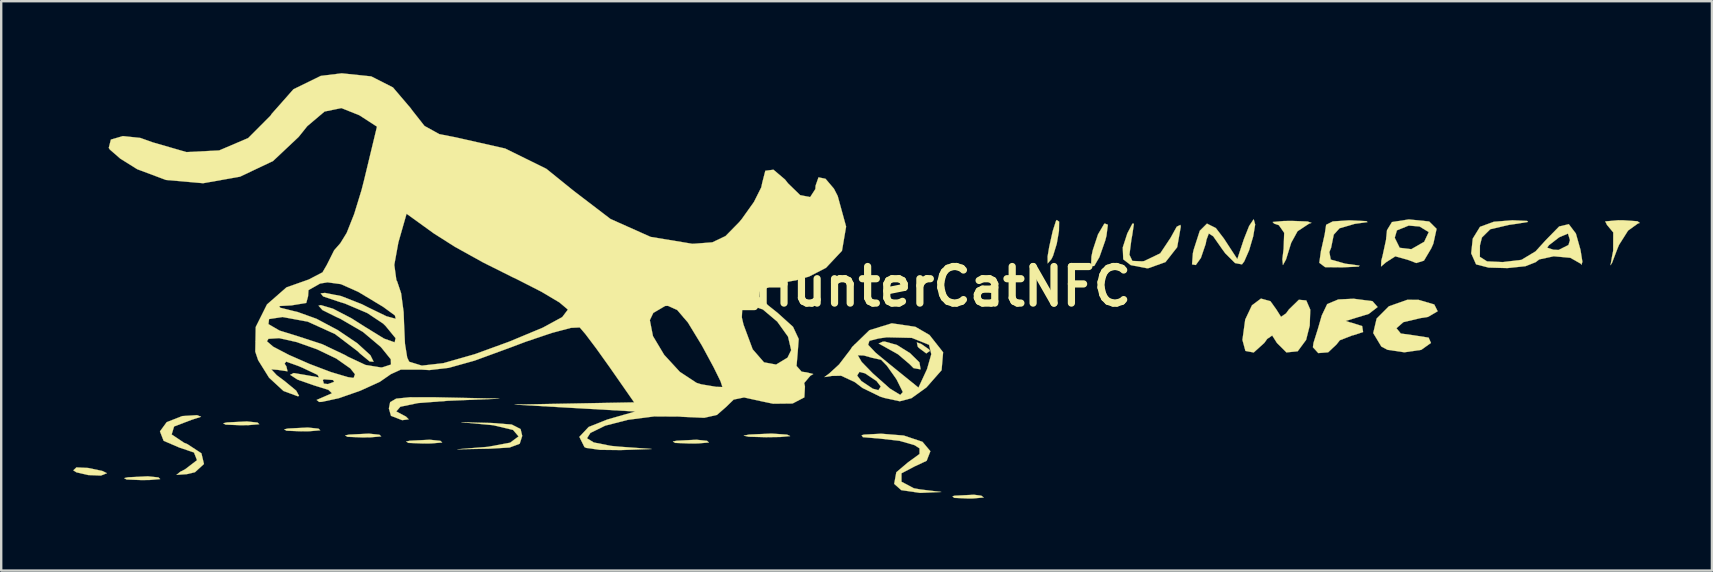
<source format=kicad_pcb>
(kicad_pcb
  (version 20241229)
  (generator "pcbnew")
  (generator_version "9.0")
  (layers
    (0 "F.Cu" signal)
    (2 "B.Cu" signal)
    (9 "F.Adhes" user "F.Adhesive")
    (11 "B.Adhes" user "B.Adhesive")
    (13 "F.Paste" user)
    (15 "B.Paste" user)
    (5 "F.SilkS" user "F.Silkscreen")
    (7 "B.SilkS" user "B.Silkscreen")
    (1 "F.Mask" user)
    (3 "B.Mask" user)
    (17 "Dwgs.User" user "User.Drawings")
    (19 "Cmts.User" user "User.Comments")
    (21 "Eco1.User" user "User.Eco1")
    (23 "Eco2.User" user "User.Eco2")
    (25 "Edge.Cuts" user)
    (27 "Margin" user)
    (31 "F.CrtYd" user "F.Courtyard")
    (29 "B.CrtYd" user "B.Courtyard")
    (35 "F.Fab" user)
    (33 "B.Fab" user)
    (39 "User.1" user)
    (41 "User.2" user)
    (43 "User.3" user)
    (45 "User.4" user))
  (footprint "ladoA_HunterCatNFC"
    (layer "F.Cu")
    (at 32.52 8.889)
    (property "Reference" "ladoA_HunterCatNFC" (at 0 0 0) (layer "F.SilkS") (effects (font (size 1.524 1.524) (thickness 0.3))))
    (attr through_hole)
    (fp_poly (pts (xy 2.808 2.389) (xy 3.147 2.625) (xy 3.175 2.682) (xy 3.024 2.786) (xy 2.711 2.552) (xy 2.668 2.501) (xy 2.631 2.327) (xy 2.808 2.389)) (stroke (width 0.01) (type solid)) (fill yes) (layer "F.SilkS"))
    (fp_poly (pts (xy -31.899 7.559) (xy -31.309 7.683) (xy -31.115 7.777) (xy -31.365 7.876) (xy -31.897 7.854) (xy -32.388 7.74) (xy -32.515 7.657) (xy -32.385 7.536) (xy -31.899 7.559)) (stroke (width 0.01) (type solid)) (fill yes) (layer "F.SilkS"))
    (fp_poly (pts (xy -28.968 7.953) (xy -28.894 8.022) (xy -29.35 8.061) (xy -29.686 8.064) (xy -30.301 8.039) (xy -30.394 7.982) (xy -30.238 7.948) (xy -29.411 7.907) (xy -28.968 7.953)) (stroke (width 0.01) (type solid)) (fill yes) (layer "F.SilkS"))
    (fp_poly (pts (xy -24.841 5.667) (xy -24.766 5.736) (xy -25.222 5.775) (xy -25.559 5.778) (xy -26.174 5.753) (xy -26.267 5.696) (xy -26.111 5.662) (xy -25.283 5.621) (xy -24.841 5.667)) (stroke (width 0.01) (type solid)) (fill yes) (layer "F.SilkS"))
    (fp_poly (pts (xy -22.301 5.921) (xy -22.226 5.99) (xy -22.682 6.029) (xy -23.019 6.032) (xy -23.634 6.007) (xy -23.727 5.95) (xy -23.571 5.916) (xy -22.743 5.875) (xy -22.301 5.921)) (stroke (width 0.01) (type solid)) (fill yes) (layer "F.SilkS"))
    (fp_poly (pts (xy -19.761 6.175) (xy -19.686 6.244) (xy -20.142 6.283) (xy -20.479 6.286) (xy -21.094 6.261) (xy -21.187 6.204) (xy -21.031 6.17) (xy -20.203 6.129) (xy -19.761 6.175)) (stroke (width 0.01) (type solid)) (fill yes) (layer "F.SilkS"))
    (fp_poly (pts (xy -17.221 6.429) (xy -17.146 6.498) (xy -17.602 6.537) (xy -17.939 6.54) (xy -18.554 6.515) (xy -18.647 6.458) (xy -18.491 6.424) (xy -17.663 6.383) (xy -17.221 6.429)) (stroke (width 0.01) (type solid)) (fill yes) (layer "F.SilkS"))
    (fp_poly (pts (xy -6.108 6.429) (xy -6.034 6.498) (xy -6.49 6.537) (xy -6.826 6.54) (xy -7.441 6.515) (xy -7.534 6.458) (xy -7.378 6.424) (xy -6.551 6.383) (xy -6.108 6.429)) (stroke (width 0.01) (type solid)) (fill yes) (layer "F.SilkS"))
    (fp_poly (pts (xy -2.774 6.171) (xy -2.646 6.231) (xy -3.062 6.269) (xy -3.651 6.277) (xy -4.372 6.258) (xy -4.582 6.213) (xy -4.361 6.168) (xy -3.422 6.126) (xy -2.774 6.171)) (stroke (width 0.01) (type solid)) (fill yes) (layer "F.SilkS"))
    (fp_poly (pts (xy 5.318 8.715) (xy 5.417 8.789) (xy 4.978 8.829) (xy 4.763 8.831) (xy 4.185 8.805) (xy 4.117 8.739) (xy 4.207 8.715) (xy 5.012 8.675) (xy 5.318 8.715)) (stroke (width 0.01) (type solid)) (fill yes) (layer "F.SilkS"))
    (fp_poly (pts (xy 8.559 -2.704) (xy 8.553 -2.315) (xy 8.461 -1.782) (xy 8.307 -1.283) (xy 8.24 -1.143) (xy 8.084 -0.963) (xy 8.079 -1.252) (xy 8.146 -1.651) (xy 8.294 -2.315) (xy 8.427 -2.727) (xy 8.456 -2.773) (xy 8.559 -2.704)) (stroke (width 0.01) (type solid)) (fill yes) (layer "F.SilkS"))
    (fp_poly (pts (xy 10.59 -2.575) (xy 10.532 -2.115) (xy 10.481 -1.916) (xy 10.239 -1.228) (xy 10.022 -0.857) (xy 9.891 -0.849) (xy 9.906 -1.25) (xy 9.962 -1.516) (xy 10.18 -2.174) (xy 10.433 -2.604) (xy 10.459 -2.627) (xy 10.59 -2.575)) (stroke (width 0.01) (type solid)) (fill yes) (layer "F.SilkS"))
    (fp_poly (pts (xy 1.803 2.436) (xy 2.347 2.775) (xy 2.739 3.161) (xy 2.787 3.442) (xy 2.779 3.45) (xy 2.493 3.398) (xy 2.331 3.235) (xy 1.844 2.821) (xy 1.429 2.589) (xy 1.04 2.372) (xy 1.213 2.296) (xy 1.3 2.294) (xy 1.803 2.436)) (stroke (width 0.01) (type solid)) (fill yes) (layer "F.SilkS"))
    (fp_poly (pts (xy -17.434 4.614) (xy -17.066 4.622) (xy -14.764 4.671) (xy -16.907 4.76) (xy -18.159 4.856) (xy -18.889 5.008) (xy -19.059 5.203) (xy -18.653 5.42) (xy -18.542 5.532) (xy -18.812 5.568) (xy -19.279 5.387) (xy -19.367 5.08) (xy -19.314 4.818) (xy -19.063 4.671) (xy -18.481 4.612) (xy -17.434 4.614)) (stroke (width 0.01) (type solid)) (fill yes) (layer "F.SilkS"))
    (fp_poly (pts (xy -15.081 5.685) (xy -14.247 5.75) (xy -13.879 5.939) (xy -13.811 6.223) (xy -13.916 6.55) (xy -14.338 6.707) (xy -15.163 6.756) (xy -16.515 6.781) (xy -15.242 6.678) (xy -14.315 6.506) (xy -13.963 6.244) (xy -14.194 5.974) (xy -15.016 5.779) (xy -15.161 5.764) (xy -16.351 5.654) (xy -15.081 5.685)) (stroke (width 0.01) (type solid)) (fill yes) (layer "F.SilkS"))
    (fp_poly (pts (xy 18.909 -2.711) (xy 19.076 -2.652) (xy 18.971 -2.619) (xy 18.495 -2.306) (xy 18.229 -1.823) (xy 18.014 -1.13) (xy 17.885 -0.896) (xy 17.861 -1.135) (xy 17.913 -1.572) (xy 17.937 -2.239) (xy 17.715 -2.557) (xy 17.519 -2.622) (xy 17.457 -2.69) (xy 17.921 -2.731) (xy 18.256 -2.735) (xy 18.909 -2.711)) (stroke (width 0.01) (type solid)) (fill yes) (layer "F.SilkS"))
    (fp_poly (pts (xy 32.068 -2.761) (xy 32.659 -2.72) (xy 32.753 -2.649) (xy 32.676 -2.627) (xy 32.266 -2.332) (xy 31.889 -1.737) (xy 31.822 -1.577) (xy 31.601 -0.995) (xy 31.534 -0.887) (xy 31.595 -1.241) (xy 31.645 -1.492) (xy 31.648 -2.255) (xy 31.387 -2.568) (xy 31.315 -2.714) (xy 31.859 -2.763) (xy 32.068 -2.761)) (stroke (width 0.01) (type solid)) (fill yes) (layer "F.SilkS"))
    (fp_poly (pts (xy 24.19 0.747) (xy 24.332 1.029) (xy 23.933 1.264) (xy 23.618 1.315) (xy 22.905 1.483) (xy 22.615 1.736) (xy 22.795 1.957) (xy 23.336 2.032) (xy 23.955 2.129) (xy 24.053 2.349) (xy 23.649 2.637) (xy 22.945 2.74) (xy 22.241 2.636) (xy 21.985 2.5) (xy 21.647 1.939) (xy 21.789 1.334) (xy 22.299 0.824) (xy 23.066 0.552) (xy 23.523 0.551) (xy 24.19 0.747)) (stroke (width 0.01) (type solid)) (fill yes) (layer "F.SilkS"))
    (fp_poly (pts (xy -27.193 5.426) (xy -27.599 5.557) (xy -28.317 5.831) (xy -28.418 6.164) (xy -27.893 6.514) (xy -27.767 6.563) (xy -27.178 6.949) (xy -27.072 7.393) (xy -27.446 7.736) (xy -27.785 7.817) (xy -28.216 7.847) (xy -28.06 7.718) (xy -27.861 7.617) (xy -27.361 7.235) (xy -27.487 6.915) (xy -28.099 6.708) (xy -28.752 6.427) (xy -28.905 6.035) (xy -28.625 5.651) (xy -27.977 5.397) (xy -27.358 5.359) (xy -27.193 5.426)) (stroke (width 0.01) (type solid)) (fill yes) (layer "F.SilkS"))
    (fp_poly (pts (xy 11.676 -2.615) (xy 11.607 -2.151) (xy 11.57 -1.949) (xy 11.489 -1.324) (xy 11.61 -1.068) (xy 12.01 -1.05) (xy 12.099 -1.06) (xy 12.773 -1.383) (xy 13.205 -2.032) (xy 13.459 -2.492) (xy 13.612 -2.569) (xy 13.628 -2.493) (xy 13.478 -1.638) (xy 12.992 -1.019) (xy 12.274 -0.763) (xy 12.222 -0.762) (xy 11.544 -0.892) (xy 11.231 -1.135) (xy 11.211 -1.629) (xy 11.401 -2.214) (xy 11.615 -2.624) (xy 11.676 -2.615)) (stroke (width 0.01) (type solid)) (fill yes) (layer "F.SilkS"))
    (fp_poly (pts (xy 21.617 0.61) (xy 21.83 0.853) (xy 21.457 1.142) (xy 20.931 1.301) (xy 20.501 1.434) (xy 20.693 1.498) (xy 20.717 1.499) (xy 21.186 1.648) (xy 21.225 1.896) (xy 20.808 2.032) (xy 20.786 2.032) (xy 20.257 2.237) (xy 20.117 2.413) (xy 19.77 2.74) (xy 19.357 2.773) (xy 19.134 2.529) (xy 19.158 2.349) (xy 19.342 1.763) (xy 19.503 1.206) (xy 19.729 0.731) (xy 20.19 0.538) (xy 20.829 0.508) (xy 21.617 0.61)) (stroke (width 0.01) (type solid)) (fill yes) (layer "F.SilkS"))
    (fp_poly (pts (xy 17.363 0.61) (xy 17.609 0.953) (xy 17.805 1.262) (xy 18.013 1.12) (xy 18.135 0.953) (xy 18.548 0.551) (xy 18.858 0.579) (xy 19.024 0.963) (xy 19.001 1.627) (xy 18.85 2.223) (xy 18.5 2.697) (xy 18.032 2.745) (xy 17.634 2.35) (xy 17.634 2.349) (xy 17.438 2.04) (xy 17.229 2.182) (xy 17.108 2.349) (xy 16.667 2.748) (xy 16.322 2.683) (xy 16.197 2.223) (xy 16.313 1.376) (xy 16.595 0.78) (xy 16.97 0.502) (xy 17.363 0.61)) (stroke (width 0.01) (type solid)) (fill yes) (layer "F.SilkS"))
    (fp_poly (pts (xy 20.717 -2.756) (xy 21.366 -2.725) (xy 21.408 -2.685) (xy 20.876 -2.612) (xy 20.241 -2.427) (xy 20.003 -2.163) (xy 19.892 -1.617) (xy 19.819 -1.437) (xy 19.877 -1.123) (xy 20.485 -0.952) (xy 20.533 -0.946) (xy 21.077 -0.872) (xy 21.045 -0.832) (xy 20.41 -0.802) (xy 20.36 -0.8) (xy 19.643 -0.807) (xy 19.4 -0.99) (xy 19.47 -1.488) (xy 19.487 -1.556) (xy 19.626 -2.179) (xy 19.685 -2.57) (xy 19.685 -2.572) (xy 19.962 -2.713) (xy 20.636 -2.758) (xy 20.717 -2.756)) (stroke (width 0.01) (type solid)) (fill yes) (layer "F.SilkS"))
    (fp_poly (pts (xy 2.061 6.206) (xy 2.095 6.211) (xy 2.865 6.469) (xy 3.195 6.862) (xy 3.04 7.26) (xy 2.54 7.493) (xy 1.991 7.782) (xy 1.991 8.132) (xy 2.506 8.405) (xy 2.778 8.454) (xy 3.651 8.56) (xy 2.768 8.598) (xy 1.982 8.483) (xy 1.687 8.222) (xy 1.776 7.738) (xy 2.252 7.335) (xy 2.743 6.977) (xy 2.744 6.744) (xy 2.54 6.61) (xy 1.905 6.427) (xy 1.013 6.327) (xy 0.953 6.324) (xy 0.383 6.276) (xy 0.331 6.196) (xy 0.429 6.17) (xy 1.143 6.132) (xy 2.061 6.206)) (stroke (width 0.01) (type solid)) (fill yes) (layer "F.SilkS"))
    (fp_poly (pts (xy 16.728 -2.585) (xy 16.646 -2.092) (xy 16.476 -1.513) (xy 16.273 -1.048) (xy 16.178 -0.923) (xy 15.89 -0.978) (xy 15.481 -1.385) (xy 15.355 -1.558) (xy 14.98 -2.093) (xy 14.796 -2.211) (xy 14.698 -1.947) (xy 14.667 -1.778) (xy 14.467 -1.193) (xy 14.255 -0.897) (xy 14.098 -0.923) (xy 14.133 -1.388) (xy 14.165 -1.532) (xy 14.421 -2.325) (xy 14.72 -2.622) (xy 15.092 -2.434) (xy 15.426 -1.998) (xy 15.984 -1.143) (xy 16.256 -1.968) (xy 16.477 -2.525) (xy 16.655 -2.79) (xy 16.67 -2.794) (xy 16.728 -2.585)) (stroke (width 0.01) (type solid)) (fill yes) (layer "F.SilkS"))
    (fp_poly (pts (xy 23.977 -2.711) (xy 24.287 -2.404) (xy 24.152 -1.788) (xy 24.063 -1.588) (xy 23.761 -1.08) (xy 23.44 -0.979) (xy 23.111 -1.106) (xy 22.568 -1.259) (xy 22.188 -1.016) (xy 21.973 -0.836) (xy 21.985 -1.086) (xy 22.034 -1.27) (xy 22.18 -1.944) (xy 22.189 -2.032) (xy 22.543 -2.032) (xy 22.749 -1.615) (xy 23.234 -1.557) (xy 23.771 -1.865) (xy 23.96 -2.268) (xy 23.579 -2.502) (xy 23.125 -2.54) (xy 22.634 -2.341) (xy 22.543 -2.032) (xy 22.189 -2.032) (xy 22.221 -2.349) (xy 22.427 -2.687) (xy 23.111 -2.794) (xy 23.159 -2.794) (xy 23.977 -2.711)) (stroke (width 0.01) (type solid)) (fill yes) (layer "F.SilkS"))
    (fp_poly (pts (xy 28.058 -2.734) (xy 28.097 -2.692) (xy 27.541 -2.603) (xy 27.305 -2.57) (xy 26.523 -2.387) (xy 26.176 -2.044) (xy 26.093 -1.714) (xy 26.09 -1.238) (xy 26.387 -1.049) (xy 27.046 -1.019) (xy 27.824 -1.112) (xy 28.412 -1.467) (xy 28.551 -1.62) (xy 28.892 -1.62) (xy 29.152 -1.535) (xy 29.369 -1.524) (xy 29.781 -1.73) (xy 29.845 -1.936) (xy 29.761 -2.206) (xy 29.415 -2.062) (xy 29.369 -2.032) (xy 28.974 -1.728) (xy 28.892 -1.62) (xy 28.551 -1.62) (xy 28.84 -1.937) (xy 29.394 -2.503) (xy 29.796 -2.598) (xy 30.091 -2.208) (xy 30.284 -1.524) (xy 30.362 -1.031) (xy 30.323 -0.907) (xy 30.291 -0.953) (xy 29.859 -1.198) (xy 29.169 -1.261) (xy 28.563 -1.13) (xy 28.416 -1.016) (xy 27.991 -0.848) (xy 27.237 -0.769) (xy 26.455 -0.79) (xy 25.943 -0.921) (xy 25.929 -0.931) (xy 25.729 -1.383) (xy 25.794 -1.997) (xy 26.095 -2.486) (xy 26.099 -2.489) (xy 26.672 -2.699) (xy 27.448 -2.761) (xy 28.058 -2.734)) (stroke (width 0.01) (type solid)) (fill yes) (layer "F.SilkS"))
    (fp_poly (pts (xy 2.57 1.678) (xy 3.156 2.017) (xy 3.726 2.739) (xy 3.662 3.486) (xy 3.031 4.203) (xy 2.407 4.652) (xy 1.92 4.78) (xy 1.282 4.642) (xy 1.1 4.584) (xy 0.369 4.227) (xy 0.045 3.981) (xy -0.527 3.714) (xy -0.896 3.722) (xy -1.219 3.773) (xy -1.134 3.709) (xy 0.143 3.709) (xy 0.318 3.937) (xy 0.796 4.257) (xy 1.03 4.318) (xy 1.127 4.165) (xy 0.953 3.937) (xy 0.474 3.617) (xy 0.24 3.556) (xy 0.143 3.709) (xy -1.134 3.709) (xy -1.017 3.621) (xy -0.609 3.247) (xy -0.316 2.864) (xy 0.171 2.864) (xy 0.333 3.142) (xy 0.794 3.616) (xy 1.513 4.254) (xy 1.942 4.516) (xy 2.047 4.395) (xy 1.794 3.885) (xy 1.746 3.81) (xy 1.381 3.296) (xy 1.143 3.051) (xy 1.129 3.048) (xy 0.766 2.969) (xy 0.423 2.872) (xy 0.171 2.864) (xy -0.316 2.864) (xy -0.139 2.633) (xy -0.065 2.518) (xy 0.029 2.427) (xy 0.601 2.427) (xy 0.918 2.761) (xy 1.513 3.252) (xy 2.699 4.211) (xy 3.057 3.439) (xy 3.234 2.818) (xy 3.14 2.428) (xy 2.422 2.139) (xy 1.38 2.115) (xy 1.037 2.164) (xy 0.655 2.261) (xy 0.601 2.427) (xy 0.029 2.427) (xy 0.654 1.82) (xy 1.587 1.532) (xy 2.57 1.678)) (stroke (width 0.01) (type solid)) (fill yes) (layer "F.SilkS"))
    (fp_poly (pts (xy -20.102 -8.756) (xy -19.198 -8.297) (xy -18.451 -7.421) (xy -18.417 -7.369) (xy -17.885 -6.693) (xy -17.265 -6.35) (xy -16.59 -6.218) (xy -14.521 -5.751) (xy -12.805 -4.905) (xy -11.662 -3.982) (xy -10.133 -2.815) (xy -8.463 -2.069) (xy -6.747 -1.785) (xy -6.645 -1.784) (xy -5.89 -1.842) (xy -5.339 -2.104) (xy -4.767 -2.687) (xy -4.66 -2.817) (xy -4.155 -3.526) (xy -3.851 -4.133) (xy -3.81 -4.326) (xy -3.682 -4.824) (xy -3.343 -4.868) (xy -2.861 -4.459) (xy -2.736 -4.3) (xy -2.231 -3.809) (xy -1.814 -3.727) (xy -1.597 -4.062) (xy -1.587 -4.206) (xy -1.466 -4.55) (xy -1.174 -4.49) (xy -0.823 -4.077) (xy -0.666 -3.772) (xy -0.316 -2.497) (xy -0.488 -1.49) (xy -1.154 -0.78) (xy -1.862 -0.415) (xy -2.427 -0.254) (xy -2.445 -0.254) (xy -3.081 -0.139) (xy -3.545 0.022) (xy -3.914 0.214) (xy -3.936 0.425) (xy -3.567 0.782) (xy -3.176 1.093) (xy -2.528 1.678) (xy -2.291 2.185) (xy -2.331 2.721) (xy -2.381 3.309) (xy -2.169 3.548) (xy -1.964 3.576) (xy -1.684 3.645) (xy -1.808 3.719) (xy -2.062 4.02) (xy -2.031 4.167) (xy -2.056 4.618) (xy -2.545 4.873) (xy -3.357 4.882) (xy -3.822 4.785) (xy -4.569 4.621) (xy -5.001 4.71) (xy -5.325 5.024) (xy -5.698 5.349) (xy -6.229 5.469) (xy -7.138 5.429) (xy -7.255 5.418) (xy -8.313 5.412) (xy -9.407 5.553) (xy -10.353 5.796) (xy -10.972 6.1) (xy -11.113 6.322) (xy -10.83 6.497) (xy -10.118 6.638) (xy -9.763 6.672) (xy -8.414 6.769) (xy -9.71 6.814) (xy -10.575 6.804) (xy -11.143 6.724) (xy -11.218 6.689) (xy -11.43 6.263) (xy -11.043 5.851) (xy -10.265 5.541) (xy -9.099 5.207) (xy -11.614 5.063) (xy -14.129 4.919) (xy -9.147 4.826) (xy -10.165 3.365) (xy -10.722 2.585) (xy -11.176 1.983) (xy -11.414 1.704) (xy -11.782 1.721) (xy -12.575 1.932) (xy -13.658 2.297) (xy -14.316 2.545) (xy -15.797 3.087) (xy -16.875 3.388) (xy -17.682 3.481) (xy -18.014 3.461) (xy -18.87 3.461) (xy -19.284 3.65) (xy -19.749 3.972) (xy -20.559 4.34) (xy -21.452 4.652) (xy -22.167 4.806) (xy -22.273 4.808) (xy -22.378 4.725) (xy -22.082 4.597) (xy -21.74 4.447) (xy -21.887 4.304) (xy -22.479 4.12) (xy -23.121 3.895) (xy -22.119 3.895) (xy -22.076 4.046) (xy -21.907 4.064) (xy -21.646 3.971) (xy -21.696 3.895) (xy -22.073 3.864) (xy -22.119 3.895) (xy -23.121 3.895) (xy -23.179 3.874) (xy -23.48 3.678) (xy -23.331 3.604) (xy -22.781 3.697) (xy -22.278 3.788) (xy -22.34 3.68) (xy -22.955 3.388) (xy -23.136 3.311) (xy -23.647 3.128) (xy -23.712 3.216) (xy -23.64 3.32) (xy -23.59 3.532) (xy -23.999 3.471) (xy -24.266 3.451) (xy -24.038 3.695) (xy -23.715 3.936) (xy -23.229 4.337) (xy -23.109 4.557) (xy -23.16 4.572) (xy -23.757 4.352) (xy -24.359 3.798) (xy -24.814 3.068) (xy -24.934 2.712) (xy -24.926 2.281) (xy -24.448 2.281) (xy -24.186 2.507) (xy -23.529 2.85) (xy -22.665 3.229) (xy -21.784 3.563) (xy -21.076 3.774) (xy -20.837 3.808) (xy -20.779 3.654) (xy -20.972 3.412) (xy -21.56 2.999) (xy -22.362 2.614) (xy -23.211 2.313) (xy -23.941 2.15) (xy -24.385 2.178) (xy -24.448 2.281) (xy -24.926 2.281) (xy -24.915 1.686) (xy -24.855 1.566) (xy -24.385 1.566) (xy -23.922 1.835) (xy -23.212 2.054) (xy -22.145 2.402) (xy -21.177 2.862) (xy -21.088 2.917) (xy -20.34 3.267) (xy -19.688 3.373) (xy -19.629 3.364) (xy -19.28 3.25) (xy -19.286 3.032) (xy -19.661 2.567) (xy -19.715 2.507) (xy -20.447 1.891) (xy -21.39 1.342) (xy -21.536 1.277) (xy -22.134 0.98) (xy -22.297 0.798) (xy -22.203 0.773) (xy -21.696 0.923) (xy -20.929 1.321) (xy -20.377 1.671) (xy -19.569 2.168) (xy -19.126 2.325) (xy -19.089 2.15) (xy -19.5 1.648) (xy -19.606 1.543) (xy -20.265 1.105) (xy -21.199 0.708) (xy -21.431 0.637) (xy -22.107 0.41) (xy -22.208 0.285) (xy -22.031 0.265) (xy -21.357 0.397) (xy -20.486 0.739) (xy -20.206 0.881) (xy -19.466 1.239) (xy -19.08 1.344) (xy -19.116 1.203) (xy -19.606 0.845) (xy -20.642 0.222) (xy -21.366 -0.1) (xy -21.924 -0.175) (xy -22.232 -0.125) (xy -22.717 0.149) (xy -22.734 0.404) (xy -22.81 0.684) (xy -23.426 0.785) (xy -23.931 0.812) (xy -23.901 0.881) (xy -23.299 1.031) (xy -23.177 1.058) (xy -22.38 1.345) (xy -21.491 1.818) (xy -20.686 2.361) (xy -20.138 2.861) (xy -20.003 3.132) (xy -20.167 3.121) (xy -20.573 2.788) (xy -20.666 2.696) (xy -21.613 1.978) (xy -22.747 1.463) (xy -23.797 1.27) (xy -24.36 1.355) (xy -24.385 1.566) (xy -24.855 1.566) (xy -24.446 0.746) (xy -23.634 0.035) (xy -22.705 -0.293) (xy -22.132 -0.592) (xy -21.958 -0.892) (xy -21.951 -0.904) (xy -19.141 -0.904) (xy -19.054 -0.268) (xy -19.022 -0.213) (xy -18.857 0.28) (xy -18.752 1.065) (xy -18.733 1.592) (xy -18.696 2.387) (xy -18.603 2.96) (xy -18.521 3.133) (xy -17.993 3.295) (xy -17.098 3.193) (xy -15.782 2.817) (xy -14.355 2.297) (xy -12.953 1.713) (xy -12.377 1.4) (xy -8.494 1.4) (xy -8.364 2.064) (xy -7.898 2.844) (xy -7.244 3.555) (xy -6.548 4.013) (xy -6.348 4.075) (xy -5.724 4.179) (xy -5.47 4.186) (xy -5.547 3.949) (xy -5.832 3.369) (xy -6.266 2.564) (xy -6.34 2.431) (xy -6.909 1.496) (xy -7.087 1.289) (xy -4.661 1.289) (xy -4.591 1.587) (xy -4.209 2.615) (xy -3.737 3.158) (xy -3.233 3.251) (xy -2.757 2.963) (xy -2.605 2.65) (xy -2.736 2.087) (xy -3.185 1.461) (xy -3.782 0.957) (xy -4.335 0.762) (xy -4.641 0.874) (xy -4.661 1.289) (xy -7.087 1.289) (xy -7.354 0.977) (xy -7.738 0.804) (xy -7.856 0.809) (xy -8.351 1.1) (xy -8.494 1.4) (xy -12.377 1.4) (xy -12.144 1.273) (xy -11.914 0.969) (xy -11.922 0.948) (xy -12.261 0.662) (xy -13.008 0.218) (xy -14.014 -0.296) (xy -14.219 -0.393) (xy -15.443 -1.005) (xy -16.615 -1.655) (xy -17.482 -2.205) (xy -17.491 -2.211) (xy -18.63 -3.033) (xy -18.971 -1.84) (xy -19.141 -0.904) (xy -21.951 -0.904) (xy -21.648 -1.51) (xy -21.388 -1.807) (xy -21.125 -2.234) (xy -20.813 -3.02) (xy -20.505 -4.023) (xy -20.399 -4.439) (xy -19.863 -6.662) (xy -20.597 -7.137) (xy -21.345 -7.436) (xy -22.047 -7.292) (xy -22.768 -6.682) (xy -23.129 -6.232) (xy -24.194 -5.23) (xy -25.569 -4.578) (xy -27.106 -4.305) (xy -28.656 -4.441) (xy -29.853 -4.889) (xy -30.559 -5.33) (xy -30.995 -5.71) (xy -31.038 -5.778) (xy -30.95 -6.123) (xy -30.45 -6.269) (xy -29.723 -6.192) (xy -29.205 -6.007) (xy -27.803 -5.602) (xy -26.438 -5.671) (xy -25.229 -6.187) (xy -24.299 -7.119) (xy -24.253 -7.191) (xy -23.343 -8.22) (xy -22.204 -8.777) (xy -21.331 -8.884) (xy -20.102 -8.756)) (stroke (width 0.01) (type solid)) (fill yes) (layer "F.SilkS")))
  (gr_rect
    (start -3 -3)
    (end 68.279 20.725)
    (stroke (width 0.1) (type default))
    (fill no)
    (layer "Edge.Cuts")))
</source>
